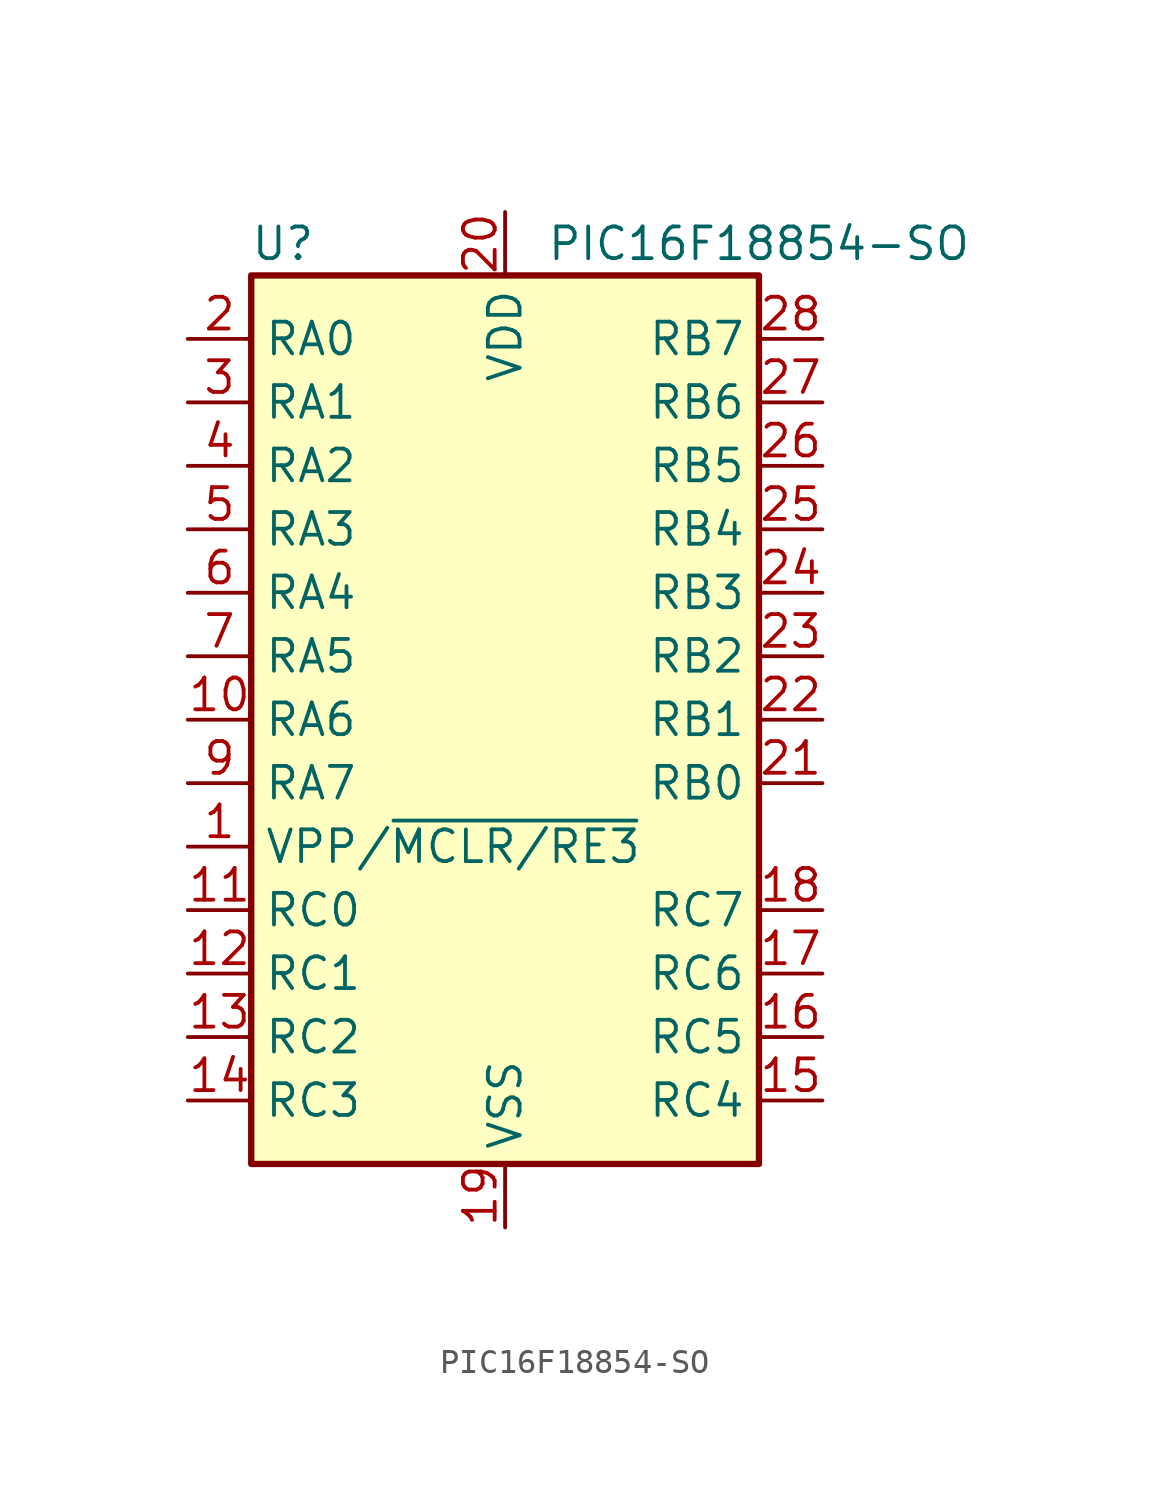
<source format=kicad_sym>
(kicad_symbol_lib
  (version 20211014)
  (generator kicad_symbol_editor)
  (symbol "PIC16F18854-SO"
    (property "Reference" "U"
      (at -8.89 19.05 0)
      (effects (font (size 1.27 1.27))))
    (property "Value" "PIC16F18854-SO"
      (at 10.16 19.05 0)
      (effects (font (size 1.27 1.27))))
    (symbol "PIC16F18854-SO_0_1"
      (rectangle (start -10.16 17.78) (end 10.16 -17.78) (stroke (width 0.254) (type default) (color 0 0 0 0)) (fill (type background))))
    (symbol "PIC16F18854-SO_1_1"
      (pin input line (at -12.7 -5.08 0) (length 2.54) (name "VPP/~{MCLR/RE3}" (effects (font (size 1.27 1.27)))) (number "1" (effects (font (size 1.27 1.27)))))
      (pin bidirectional line (at -12.7 0 0) (length 2.54) (name "RA6" (effects (font (size 1.27 1.27)))) (number "10" (effects (font (size 1.27 1.27)))))
      (pin bidirectional line (at -12.7 -7.62 0) (length 2.54) (name "RC0" (effects (font (size 1.27 1.27)))) (number "11" (effects (font (size 1.27 1.27)))))
      (pin bidirectional line (at -12.7 -10.16 0) (length 2.54) (name "RC1" (effects (font (size 1.27 1.27)))) (number "12" (effects (font (size 1.27 1.27)))))
      (pin bidirectional line (at -12.7 -12.7 0) (length 2.54) (name "RC2" (effects (font (size 1.27 1.27)))) (number "13" (effects (font (size 1.27 1.27)))))
      (pin bidirectional line (at -12.7 -15.24 0) (length 2.54) (name "RC3" (effects (font (size 1.27 1.27)))) (number "14" (effects (font (size 1.27 1.27)))))
      (pin bidirectional line (at 12.7 -15.24 180) (length 2.54) (name "RC4" (effects (font (size 1.27 1.27)))) (number "15" (effects (font (size 1.27 1.27)))))
      (pin bidirectional line (at 12.7 -12.7 180) (length 2.54) (name "RC5" (effects (font (size 1.27 1.27)))) (number "16" (effects (font (size 1.27 1.27)))))
      (pin bidirectional line (at 12.7 -10.16 180) (length 2.54) (name "RC6" (effects (font (size 1.27 1.27)))) (number "17" (effects (font (size 1.27 1.27)))))
      (pin bidirectional line (at 12.7 -7.62 180) (length 2.54) (name "RC7" (effects (font (size 1.27 1.27)))) (number "18" (effects (font (size 1.27 1.27)))))
      (pin power_in line (at 0 -20.32 90) (length 2.54) (name "VSS" (effects (font (size 1.27 1.27)))) (number "19" (effects (font (size 1.27 1.27)))))
      (pin bidirectional line (at -12.7 15.24 0) (length 2.54) (name "RA0" (effects (font (size 1.27 1.27)))) (number "2" (effects (font (size 1.27 1.27)))))
      (pin power_in line (at 0 20.32 270) (length 2.54) (name "VDD" (effects (font (size 1.27 1.27)))) (number "20" (effects (font (size 1.27 1.27)))))
      (pin bidirectional line (at 12.7 -2.54 180) (length 2.54) (name "RB0" (effects (font (size 1.27 1.27)))) (number "21" (effects (font (size 1.27 1.27)))))
      (pin bidirectional line (at 12.7 0 180) (length 2.54) (name "RB1" (effects (font (size 1.27 1.27)))) (number "22" (effects (font (size 1.27 1.27)))))
      (pin bidirectional line (at 12.7 2.54 180) (length 2.54) (name "RB2" (effects (font (size 1.27 1.27)))) (number "23" (effects (font (size 1.27 1.27)))))
      (pin bidirectional line (at 12.7 5.08 180) (length 2.54) (name "RB3" (effects (font (size 1.27 1.27)))) (number "24" (effects (font (size 1.27 1.27)))))
      (pin bidirectional line (at 12.7 7.62 180) (length 2.54) (name "RB4" (effects (font (size 1.27 1.27)))) (number "25" (effects (font (size 1.27 1.27)))))
      (pin bidirectional line (at 12.7 10.16 180) (length 2.54) (name "RB5" (effects (font (size 1.27 1.27)))) (number "26" (effects (font (size 1.27 1.27)))))
      (pin bidirectional line (at 12.7 12.7 180) (length 2.54) (name "RB6" (effects (font (size 1.27 1.27)))) (number "27" (effects (font (size 1.27 1.27)))))
      (pin bidirectional line (at 12.7 15.24 180) (length 2.54) (name "RB7" (effects (font (size 1.27 1.27)))) (number "28" (effects (font (size 1.27 1.27)))))
      (pin bidirectional line (at -12.7 12.7 0) (length 2.54) (name "RA1" (effects (font (size 1.27 1.27)))) (number "3" (effects (font (size 1.27 1.27)))))
      (pin bidirectional line (at -12.7 10.16 0) (length 2.54) (name "RA2" (effects (font (size 1.27 1.27)))) (number "4" (effects (font (size 1.27 1.27)))))
      (pin bidirectional line (at -12.7 7.62 0) (length 2.54) (name "RA3" (effects (font (size 1.27 1.27)))) (number "5" (effects (font (size 1.27 1.27)))))
      (pin bidirectional line (at -12.7 5.08 0) (length 2.54) (name "RA4" (effects (font (size 1.27 1.27)))) (number "6" (effects (font (size 1.27 1.27)))))
      (pin bidirectional line (at -12.7 2.54 0) (length 2.54) (name "RA5" (effects (font (size 1.27 1.27)))) (number "7" (effects (font (size 1.27 1.27)))))
      (pin passive line (at 0 -20.32 90) (length 2.54) hide (name "VSS" (effects (font (size 1.27 1.27)))) (number "8" (effects (font (size 1.27 1.27)))))
      (pin bidirectional line (at -12.7 -2.54 0) (length 2.54) (name "RA7" (effects (font (size 1.27 1.27)))) (number "9" (effects (font (size 1.27 1.27))))))))
</source>
